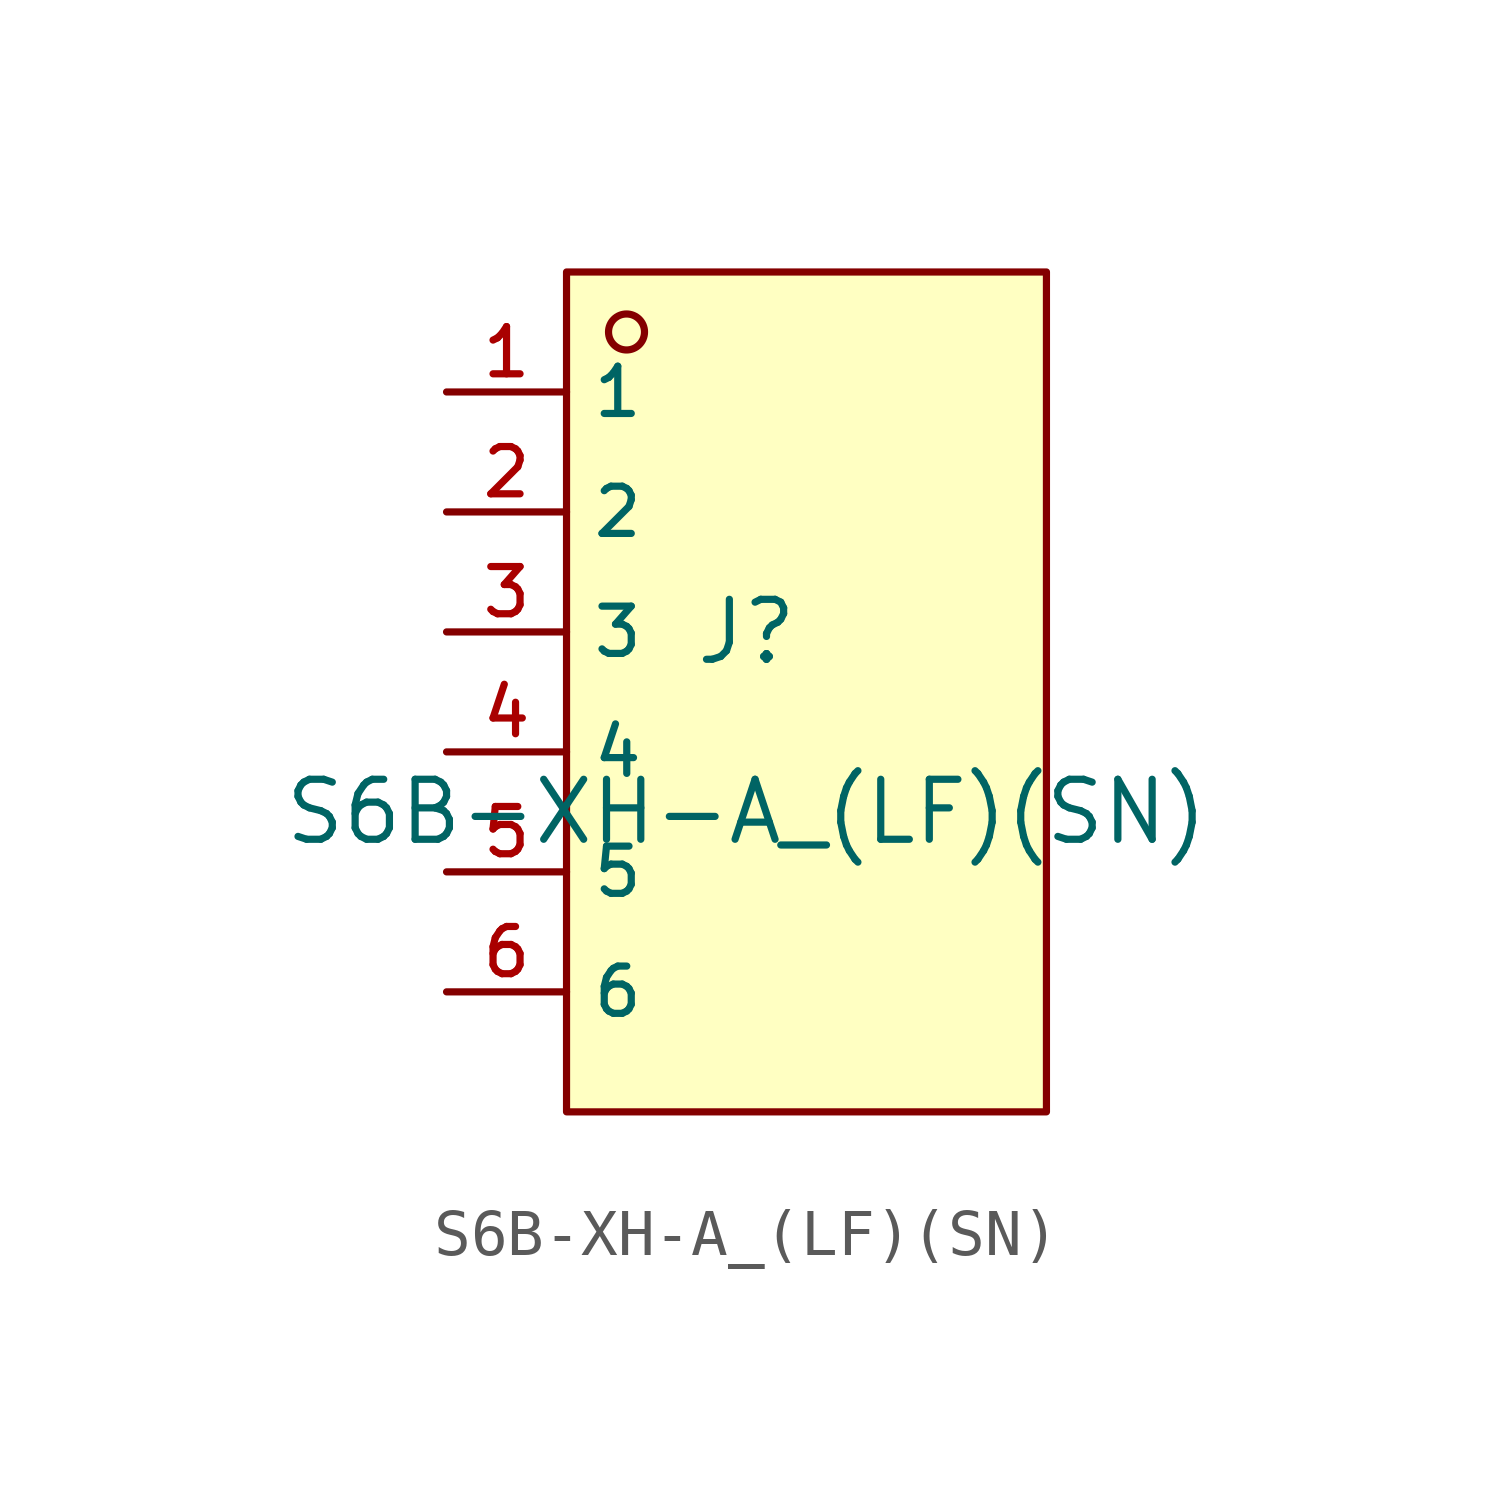
<source format=kicad_sym>
(kicad_symbol_lib
  (version 20210201)
  (generator TousstNicolas/JLC2KiCad_lib)
  (symbol "S6B-XH-A_(LF)(SN)"
    (property "Reference" "J"
      (at 0 1.27 0)
      (effects (font (size 1.27 1.27))))
    (property "Value" "S6B-XH-A_(LF)(SN)"
      (at 0 -2.54 0)
      (effects (font (size 1.27 1.27))))
    (symbol "S6B-XH-A_(LF)(SN)_0_1"
      (rectangle (start -3.81 8.89) (end 6.35 -8.89) (stroke (width 0) (type default) (color 0 0 0 0)) (fill (type background)))
      (circle (center -2.54 7.62) (radius 0.381) (stroke (width 0) (type default) (color 0 0 0 0)) (fill (type background)))
      (pin unspecified line (at -6.35 6.35 0) (length 2.54) (name "1" (effects (font (size 1 1)))) (number "1" (effects (font (size 1 1)))))
      (pin unspecified line (at -6.35 3.81 0) (length 2.54) (name "2" (effects (font (size 1 1)))) (number "2" (effects (font (size 1 1)))))
      (pin unspecified line (at -6.35 1.27 0) (length 2.54) (name "3" (effects (font (size 1 1)))) (number "3" (effects (font (size 1 1)))))
      (pin unspecified line (at -6.35 -1.27 0) (length 2.54) (name "4" (effects (font (size 1 1)))) (number "4" (effects (font (size 1 1)))))
      (pin unspecified line (at -6.35 -3.81 0) (length 2.54) (name "5" (effects (font (size 1 1)))) (number "5" (effects (font (size 1 1)))))
      (pin unspecified line (at -6.35 -6.35 0) (length 2.54) (name "6" (effects (font (size 1 1)))) (number "6" (effects (font (size 1 1))))))))
</source>
